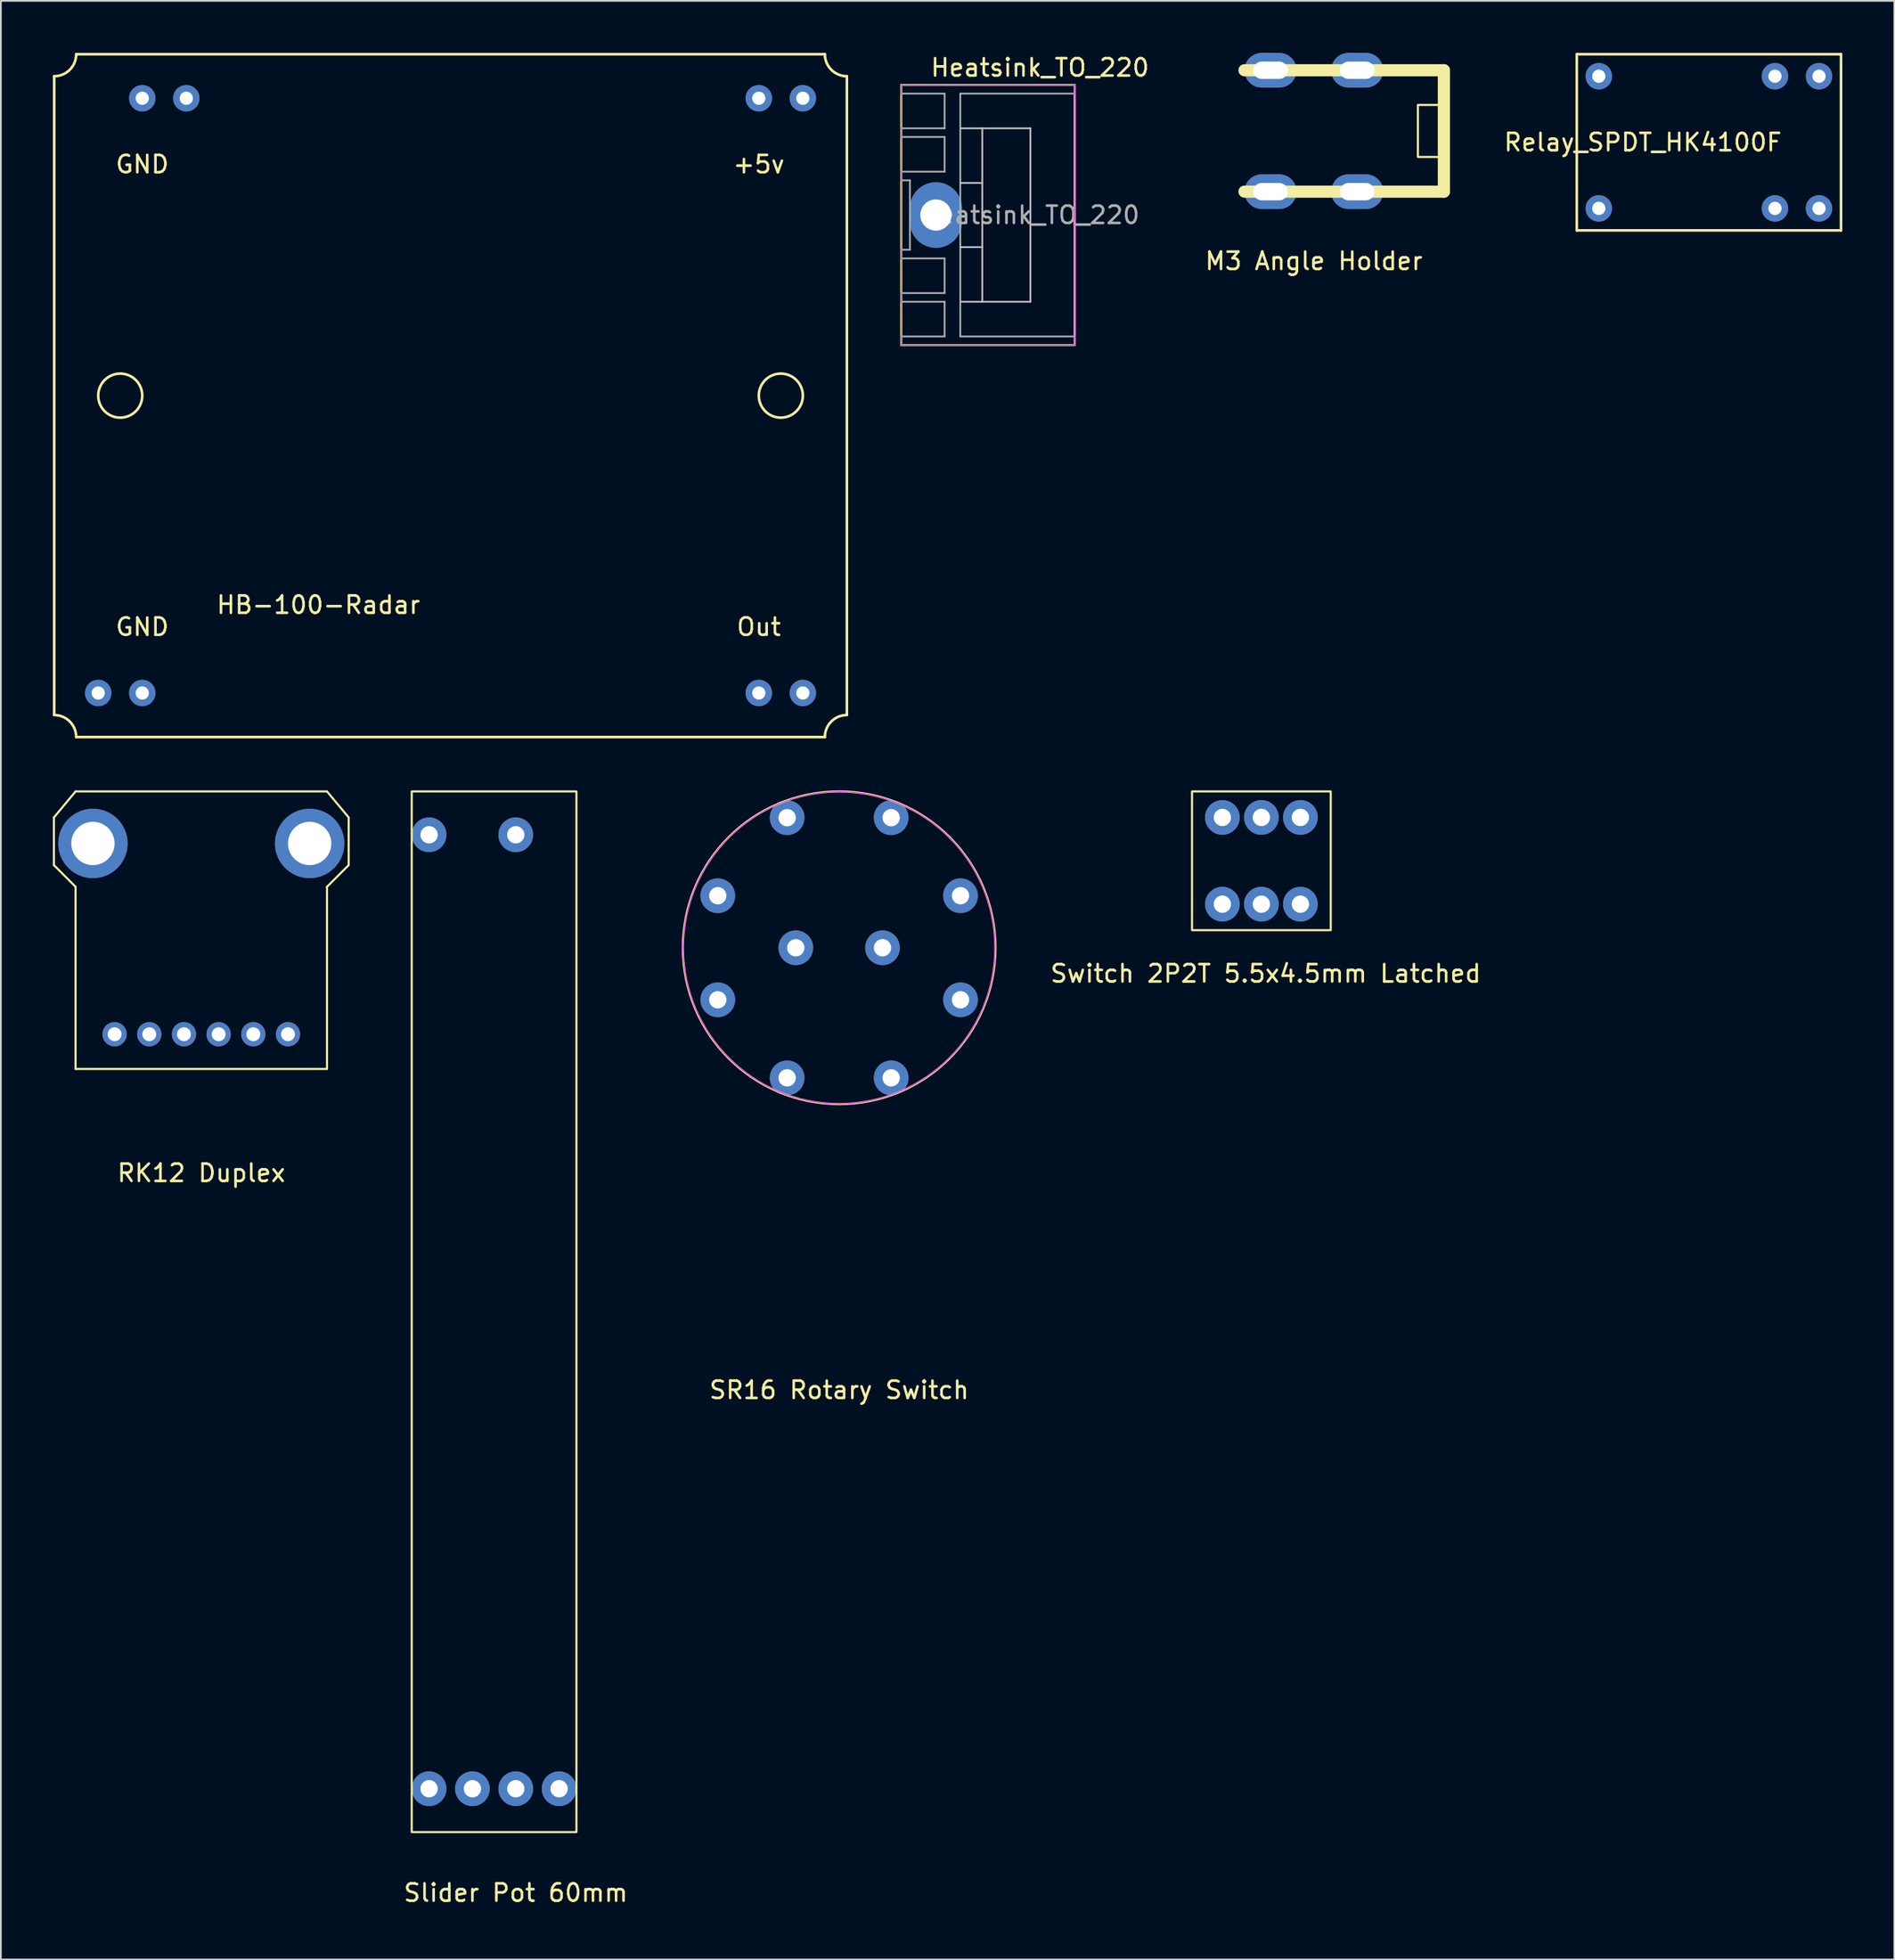
<source format=kicad_pcb>
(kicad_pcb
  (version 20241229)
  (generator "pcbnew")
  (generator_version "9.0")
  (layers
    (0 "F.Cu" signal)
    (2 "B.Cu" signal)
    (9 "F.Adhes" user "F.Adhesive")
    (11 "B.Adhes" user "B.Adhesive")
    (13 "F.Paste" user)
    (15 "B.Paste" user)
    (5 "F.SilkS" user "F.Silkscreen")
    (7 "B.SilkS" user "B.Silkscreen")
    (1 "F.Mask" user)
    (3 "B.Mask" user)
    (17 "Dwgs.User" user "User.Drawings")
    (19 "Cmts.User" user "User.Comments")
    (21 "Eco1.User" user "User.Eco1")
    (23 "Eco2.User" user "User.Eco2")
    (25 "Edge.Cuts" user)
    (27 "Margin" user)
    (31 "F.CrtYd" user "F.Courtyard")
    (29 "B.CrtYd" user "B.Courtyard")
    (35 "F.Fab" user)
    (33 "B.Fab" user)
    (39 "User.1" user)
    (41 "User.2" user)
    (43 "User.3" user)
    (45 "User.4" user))
  (footprint "Relay_SPDT_HK4100F"
    (layer "F.Cu")
    (at 89.163 8.965)
    (property "Reference" "Relay_SPDT_HK4100F" (at 2.54 -3.81 0) (layer "F.SilkS") (effects (font (size 1 1) (thickness 0.15))))
    (attr through_hole)
    (fp_line (start -1.27 -8.89) (end -1.27 1.27) (stroke (width 0.15) (type solid)) (layer "F.SilkS"))
    (fp_line (start -1.27 1.27) (end 13.97 1.27) (stroke (width 0.15) (type solid)) (layer "F.SilkS"))
    (fp_line (start 13.97 -8.89) (end -1.27 -8.89) (stroke (width 0.15) (type solid)) (layer "F.SilkS"))
    (fp_line (start 13.97 1.27) (end 13.97 -8.89) (stroke (width 0.15) (type solid)) (layer "F.SilkS"))
    (pad "1" thru_hole circle (at 0 0) (size 1.524 1.524) (drill 0.762) (layers "*.Cu" "*.Mask"))
    (pad "2" thru_hole circle (at 10.16 0) (size 1.524 1.524) (drill 0.762) (layers "*.Cu" "*.Mask"))
    (pad "3" thru_hole circle (at 12.7 0) (size 1.524 1.524) (drill 0.762) (layers "*.Cu" "*.Mask"))
    (pad "4" thru_hole circle (at 12.7 -7.62) (size 1.524 1.524) (drill 0.762) (layers "*.Cu" "*.Mask"))
    (pad "5" thru_hole circle (at 10.16 -7.62) (size 1.524 1.524) (drill 0.762) (layers "*.Cu" "*.Mask"))
    (pad "6" thru_hole circle (at 0 -7.62) (size 1.524 1.524) (drill 0.762) (layers "*.Cu" "*.Mask")))
  (footprint "HB-100-Radar"
    (layer "F.Cu")
    (at 5.155 36.905)
    (property "Reference" "HB-100-Radar" (at 10.16 -5.08 0) (layer "F.SilkS") (effects (font (size 1 1) (thickness 0.15))))
    (attr through_hole)
    (fp_line (start -5.08 1.27) (end -5.08 -35.56) (stroke (width 0.15) (type solid)) (layer "F.SilkS"))
    (fp_line (start -3.81 -36.83) (end 39.37 -36.83) (stroke (width 0.15) (type solid)) (layer "F.SilkS"))
    (fp_line (start 39.37 2.54) (end -3.81 2.54) (stroke (width 0.15) (type solid)) (layer "F.SilkS"))
    (fp_line (start 40.64 -35.56) (end 40.64 1.27) (stroke (width 0.15) (type solid)) (layer "F.SilkS"))
    (fp_arc (start -5.08 1.27) (mid -4.181974 1.641974) (end -3.81 2.54) (stroke (width 0.15) (type solid)) (layer "F.SilkS"))
    (fp_arc (start -3.81 -36.83) (mid -4.181974 -35.931974) (end -5.08 -35.56) (stroke (width 0.15) (type solid)) (layer "F.SilkS"))
    (fp_arc (start 39.37 2.54) (mid 39.741974 1.641974) (end 40.64 1.27) (stroke (width 0.15) (type solid)) (layer "F.SilkS"))
    (fp_arc (start 40.64 -35.56) (mid 39.741974 -35.931974) (end 39.37 -36.83) (stroke (width 0.15) (type solid)) (layer "F.SilkS"))
    (fp_circle (center -1.27 -17.145) (end 0 -17.145) (stroke (width 0.15) (type solid)) (fill no) (layer "F.SilkS"))
    (fp_circle (center 36.83 -17.145) (end 38.1 -17.145) (stroke (width 0.15) (type solid)) (fill no) (layer "F.SilkS"))
    (fp_text user "Out" (at 35.56 -3.81 0) (layer "F.SilkS") (effects (font (size 1 1) (thickness 0.15))))
    (fp_text user "GND" (at 0 -3.81 0) (layer "F.SilkS") (effects (font (size 1 1) (thickness 0.15))))
    (fp_text user "+5v" (at 35.56 -30.48 0) (layer "F.SilkS") (effects (font (size 1 1) (thickness 0.15))))
    (fp_text user "GND" (at 0 -30.48 0) (layer "F.SilkS") (effects (font (size 1 1) (thickness 0.15))))
    (pad "1" thru_hole circle (at -2.54 0) (size 1.524 1.524) (drill 0.762) (layers "*.Cu" "*.Mask"))
    (pad "2" thru_hole circle (at 0 0) (size 1.524 1.524) (drill 0.762) (layers "*.Cu" "*.Mask"))
    (pad "3" thru_hole circle (at 0 -34.29) (size 1.524 1.524) (drill 0.762) (layers "*.Cu" "*.Mask"))
    (pad "4" thru_hole circle (at 2.54 -34.29) (size 1.524 1.524) (drill 0.762) (layers "*.Cu" "*.Mask"))
    (pad "5" thru_hole circle (at 35.56 0) (size 1.524 1.524) (drill 0.762) (layers "*.Cu" "*.Mask"))
    (pad "6" thru_hole circle (at 38.1 0) (size 1.524 1.524) (drill 0.762) (layers "*.Cu" "*.Mask"))
    (pad "7" thru_hole circle (at 35.56 -34.29) (size 1.524 1.524) (drill 0.762) (layers "*.Cu" "*.Mask"))
    (pad "8" thru_hole circle (at 38.1 -34.29) (size 1.524 1.524) (drill 0.762) (layers "*.Cu" "*.Mask")))
  (footprint "RK12 Duplex"
    (layer "F.Cu")
    (at 8.56 50.58)
    (property "Reference" "RK12 Duplex" (at 0 14 0) (unlocked yes) (layer "F.SilkS") (effects (font (size 1 1) (thickness 0.15))))
    (attr through_hole)
    (fp_line (start -8.5 -6.5) (end -7.25 -8) (stroke (width 0.12) (type solid)) (layer "F.SilkS"))
    (fp_line (start -8.5 -3.75) (end -8.5 -6.5) (stroke (width 0.12) (type solid)) (layer "F.SilkS"))
    (fp_line (start -7.25 -8) (end 7.25 -8) (stroke (width 0.12) (type solid)) (layer "F.SilkS"))
    (fp_line (start -7.25 -2.5) (end -8.5 -3.75) (stroke (width 0.12) (type solid)) (layer "F.SilkS"))
    (fp_line (start -7.25 8) (end -7.25 -2.5) (stroke (width 0.12) (type solid)) (layer "F.SilkS"))
    (fp_line (start -7.25 8) (end 7.25 8) (stroke (width 0.12) (type solid)) (layer "F.SilkS"))
    (fp_line (start 7.25 -2.5) (end 8.5 -3.75) (stroke (width 0.12) (type solid)) (layer "F.SilkS"))
    (fp_line (start 7.25 8) (end 7.25 -2.5) (stroke (width 0.12) (type solid)) (layer "F.SilkS"))
    (fp_line (start 8.5 -6.5) (end 7.25 -8) (stroke (width 0.12) (type solid)) (layer "F.SilkS"))
    (fp_line (start 8.5 -3.75) (end 8.5 -6.5) (stroke (width 0.12) (type solid)) (layer "F.SilkS"))
    (pad "1" thru_hole circle (at -5 6) (size 1.4 1.4) (drill 0.8) (layers "*.Cu" "*.Mask"))
    (pad "2" thru_hole circle (at -3 6) (size 1.4 1.4) (drill 0.8) (layers "*.Cu" "*.Mask"))
    (pad "3" thru_hole circle (at -1 6) (size 1.4 1.4) (drill 0.8) (layers "*.Cu" "*.Mask"))
    (pad "4" thru_hole circle (at 1 6) (size 1.4 1.4) (drill 0.8) (layers "*.Cu" "*.Mask"))
    (pad "5" thru_hole circle (at 3 6) (size 1.4 1.4) (drill 0.8) (layers "*.Cu" "*.Mask"))
    (pad "6" thru_hole circle (at 5 6) (size 1.4 1.4) (drill 0.8) (layers "*.Cu" "*.Mask"))
    (pad "G" thru_hole circle (at -6.25 -5) (size 4 4) (drill 2.5) (layers "*.Cu" "*.Mask"))
    (pad "G" thru_hole circle (at 6.25 -5) (size 4 4) (drill 2.5) (layers "*.Cu" "*.Mask")))
  (footprint "M3 Angle Holder"
    (layer "F.Cu")
    (at 72.728 4.5)
    (property "Reference" "M3 Angle Holder" (at 0 7.5 0) (unlocked yes) (layer "F.SilkS") (effects (font (size 1 1) (thickness 0.15))))
    (attr through_hole)
    (fp_line (start -4 -3.5) (end 7.5 -3.5) (stroke (width 0.7) (type solid)) (layer "F.SilkS"))
    (fp_line (start -4 3.5) (end 7.5 3.5) (stroke (width 0.7) (type solid)) (layer "F.SilkS"))
    (fp_line (start 7.5 -3.5) (end 7.5 3.5) (stroke (width 0.7) (type solid)) (layer "F.SilkS"))
    (fp_rect (start 6 -1.5) (end 7.5 1.5) (stroke (width 0.12) (type solid)) (fill no) (layer "F.SilkS"))
    (pad "1" thru_hole oval (at -2.5 -3.5) (size 3 2) (drill oval 2 1) (layers "*.Cu" "*.Mask"))
    (pad "1" thru_hole oval (at -2.5 3.5) (size 3 2) (drill oval 2 1) (layers "*.Cu" "*.Mask"))
    (pad "1" thru_hole oval (at 2.5 -3.5) (size 3 2) (drill oval 2 1) (layers "*.Cu" "*.Mask"))
    (pad "1" thru_hole oval (at 2.5 3.5) (size 3 2) (drill oval 2 1) (layers "*.Cu" "*.Mask")))
  (footprint "Slider Pot 60mm"
    (layer "F.Cu")
    (at 26.697 75.08)
    (property "Reference" "Slider Pot 60mm" (at 0 31 0) (unlocked yes) (layer "F.SilkS") (effects (font (size 1 1) (thickness 0.15))))
    (attr through_hole)
    (fp_rect (start -6 -32.5) (end 3.5 27.5) (stroke (width 0.12) (type solid)) (fill no) (layer "F.SilkS"))
    (pad "1" thru_hole circle (at -5 25) (size 2 2) (drill 1) (layers "*.Cu" "*.Mask"))
    (pad "2" thru_hole circle (at -2.5 25) (size 2 2) (drill 1) (layers "*.Cu" "*.Mask"))
    (pad "3" thru_hole circle (at -5 -30) (size 2 2) (drill 1) (layers "*.Cu" "*.Mask"))
    (pad "4" thru_hole circle (at 0 25) (size 2 2) (drill 1) (layers "*.Cu" "*.Mask"))
    (pad "5" thru_hole circle (at 2.5 25) (size 2 2) (drill 1) (layers "*.Cu" "*.Mask"))
    (pad "6" thru_hole circle (at 0 -30) (size 2 2) (drill 1) (layers "*.Cu" "*.Mask")))
  (footprint "Heatsink_TO_220"
    (layer "F.Cu")
    (at 51.93 9.348)
    (property "Reference" "Heatsink_TO_220" (at 5 -8.5 0) (layer "F.SilkS") (effects (font (size 1 1) (thickness 0.15))))
    (attr through_hole)
    (fp_line (start -3 -7.5) (end -3 7.5) (stroke (width 0.12) (type solid)) (layer "F.SilkS"))
    (fp_line (start -3 -7.5) (end 7 -7.5) (stroke (width 0.12) (type solid)) (layer "F.SilkS"))
    (fp_line (start -3 7.5) (end 7 7.5) (stroke (width 0.12) (type solid)) (layer "F.SilkS"))
    (fp_line (start 7 -7.5) (end 7 7.5) (stroke (width 0.12) (type solid)) (layer "F.SilkS"))
    (fp_line (start 0.405 -1.85) (end 1.675 -1.85) (stroke (width 0.1) (type solid)) (layer "Dwgs.User"))
    (fp_line (start 0.405 1.85) (end 1.675 1.85) (stroke (width 0.1) (type solid)) (layer "Dwgs.User"))
    (fp_line (start 0.45 -5) (end 4.45 -5) (stroke (width 0.1) (type solid)) (layer "Dwgs.User"))
    (fp_line (start 1.675 -5) (end 1.675 5) (stroke (width 0.1) (type solid)) (layer "Dwgs.User"))
    (fp_line (start 4.45 -5) (end 4.45 5) (stroke (width 0.1) (type solid)) (layer "Dwgs.User"))
    (fp_line (start 4.45 5) (end 0.45 5) (stroke (width 0.1) (type solid)) (layer "Dwgs.User"))
    (fp_line (start -3 -7.49) (end -3 7.5) (stroke (width 0.05) (type solid)) (layer "F.CrtYd"))
    (fp_line (start -3 7.5) (end 7 7.5) (stroke (width 0.05) (type solid)) (layer "F.CrtYd"))
    (fp_line (start 7 -7.49) (end -3 -7.49) (stroke (width 0.05) (type solid)) (layer "F.CrtYd"))
    (fp_line (start 7 -7.49) (end 7 7.5) (stroke (width 0.05) (type solid)) (layer "F.CrtYd"))
    (fp_line (start -3 -7.5) (end 7 -7.5) (stroke (width 0.1) (type solid)) (layer "F.Fab"))
    (fp_line (start -3 -7) (end -3 -7.5) (stroke (width 0.1) (type solid)) (layer "F.Fab"))
    (fp_line (start -3 -4.5) (end -3 -5) (stroke (width 0.1) (type solid)) (layer "F.Fab"))
    (fp_line (start -3 -2) (end -3 -2.5) (stroke (width 0.1) (type solid)) (layer "F.Fab"))
    (fp_line (start -3 2.5) (end -3 2) (stroke (width 0.1) (type solid)) (layer "F.Fab"))
    (fp_line (start -3 5) (end -3 4.5) (stroke (width 0.1) (type solid)) (layer "F.Fab"))
    (fp_line (start -3 7.5) (end -3 7) (stroke (width 0.1) (type solid)) (layer "F.Fab"))
    (fp_line (start -2.5 -2) (end -3 -2) (stroke (width 0.1) (type solid)) (layer "F.Fab"))
    (fp_line (start -2.5 -2) (end -2.5 2) (stroke (width 0.1) (type solid)) (layer "F.Fab"))
    (fp_line (start -2.5 2) (end -3 2) (stroke (width 0.1) (type solid)) (layer "F.Fab"))
    (fp_line (start -0.5 -7) (end -3 -7) (stroke (width 0.1) (type solid)) (layer "F.Fab"))
    (fp_line (start -0.5 -5) (end -3 -5) (stroke (width 0.1) (type solid)) (layer "F.Fab"))
    (fp_line (start -0.5 -5) (end -0.5 -7) (stroke (width 0.1) (type solid)) (layer "F.Fab"))
    (fp_line (start -0.5 -4.5) (end -3 -4.5) (stroke (width 0.1) (type solid)) (layer "F.Fab"))
    (fp_line (start -0.5 -2.5) (end -3 -2.5) (stroke (width 0.1) (type solid)) (layer "F.Fab"))
    (fp_line (start -0.5 -2.5) (end -0.5 -4.5) (stroke (width 0.1) (type solid)) (layer "F.Fab"))
    (fp_line (start -0.5 2.5) (end -3 2.5) (stroke (width 0.1) (type solid)) (layer "F.Fab"))
    (fp_line (start -0.5 4.5) (end -3 4.5) (stroke (width 0.1) (type solid)) (layer "F.Fab"))
    (fp_line (start -0.5 4.5) (end -0.5 2.5) (stroke (width 0.1) (type solid)) (layer "F.Fab"))
    (fp_line (start -0.5 5) (end -3 5) (stroke (width 0.1) (type solid)) (layer "F.Fab"))
    (fp_line (start -0.5 7) (end -3 7) (stroke (width 0.1) (type solid)) (layer "F.Fab"))
    (fp_line (start -0.5 7) (end -0.5 5) (stroke (width 0.1) (type solid)) (layer "F.Fab"))
    (fp_line (start 0.405 -7) (end 0.405 7) (stroke (width 0.1) (type solid)) (layer "F.Fab"))
    (fp_line (start 0.405 -7) (end 7 -7) (stroke (width 0.1) (type solid)) (layer "F.Fab"))
    (fp_line (start 7 -7.5) (end 7 -7) (stroke (width 0.1) (type solid)) (layer "F.Fab"))
    (fp_line (start 7 7) (end 0.405 7) (stroke (width 0.1) (type solid)) (layer "F.Fab"))
    (fp_line (start 7 7) (end 7 7.5) (stroke (width 0.1) (type solid)) (layer "F.Fab"))
    (fp_line (start 7 7.5) (end -3 7.5) (stroke (width 0.1) (type solid)) (layer "F.Fab"))
    (fp_text user "${REFERENCE}" (at 4.45 0 0) (layer "F.Fab") (effects (font (size 1 1) (thickness 0.15))))
    (pad "1" thru_hole oval (at -1 0) (size 3 3.78) (drill 1.8) (layers "*.Cu" "*.Mask")))
  (footprint "Switch 2P2T 5.5x4.5mm Latched"
    (layer "F.Cu")
    (at 69.702 46.58)
    (property "Reference" "Switch 2P2T 5.5x4.5mm Latched" (at 0.25 6.5 0) (unlocked yes) (layer "F.SilkS") (effects (font (size 1 1) (thickness 0.15))))
    (attr through_hole)
    (fp_rect (start -4 -4) (end 4 4) (stroke (width 0.12) (type solid)) (fill no) (layer "F.SilkS"))
    (pad "1" thru_hole circle (at -2.25 2.5) (size 2 2) (drill 1) (layers "*.Cu" "*.Mask"))
    (pad "2" thru_hole circle (at 0 2.5) (size 2 2) (drill 1) (layers "*.Cu" "*.Mask"))
    (pad "3" thru_hole circle (at 2.25 2.5) (size 2 2) (drill 1) (layers "*.Cu" "*.Mask"))
    (pad "4" thru_hole circle (at -2.25 -2.5) (size 2 2) (drill 1) (layers "*.Cu" "*.Mask"))
    (pad "5" thru_hole circle (at 0 -2.5) (size 2 2) (drill 1) (layers "*.Cu" "*.Mask"))
    (pad "6" thru_hole circle (at 2.25 -2.5) (size 2 2) (drill 1) (layers "*.Cu" "*.Mask")))
  (footprint "SR16 Rotary Switch"
    (layer "F.Cu")
    (at 45.349 51.594)
    (property "Reference" "SR16 Rotary Switch" (at 0 25.5 0) (unlocked yes) (layer "F.SilkS") (effects (font (size 1 1) (thickness 0.15))))
    (attr through_hole)
    (fp_circle (center 0 0) (end 9 -0.5) (stroke (width 0.12) (type solid)) (fill no) (layer "F.SilkS"))
    (fp_circle (center 0 0) (end 9 0) (stroke (width 0.05) (type solid)) (fill no) (layer "F.CrtYd"))
    (pad "1" thru_hole circle (at 3 -7.5) (size 2 2) (drill 1) (layers "*.Cu" "*.Mask"))
    (pad "2" thru_hole circle (at 7 -3) (size 2 2) (drill 1) (layers "*.Cu" "*.Mask"))
    (pad "3" thru_hole circle (at 7 3) (size 2 2) (drill 1) (layers "*.Cu" "*.Mask"))
    (pad "4" thru_hole circle (at 3 7.5) (size 2 2) (drill 1) (layers "*.Cu" "*.Mask"))
    (pad "7" thru_hole circle (at -3 7.5) (size 2 2) (drill 1) (layers "*.Cu" "*.Mask"))
    (pad "8" thru_hole circle (at -7 3) (size 2 2) (drill 1) (layers "*.Cu" "*.Mask"))
    (pad "9" thru_hole circle (at -7 -3) (size 2 2) (drill 1) (layers "*.Cu" "*.Mask"))
    (pad "10" thru_hole circle (at -3 -7.5) (size 2 2) (drill 1) (layers "*.Cu" "*.Mask"))
    (pad "13" thru_hole circle (at 2.5 0) (size 2 2) (drill 1) (layers "*.Cu" "*.Mask"))
    (pad "14" thru_hole circle (at -2.5 0) (size 2 2) (drill 1) (layers "*.Cu" "*.Mask")))
  (gr_rect
    (start -3 -3)
    (end 106.208 109.928)
    (stroke (width 0.1) (type default))
    (fill no)
    (layer "Edge.Cuts")))
</source>
